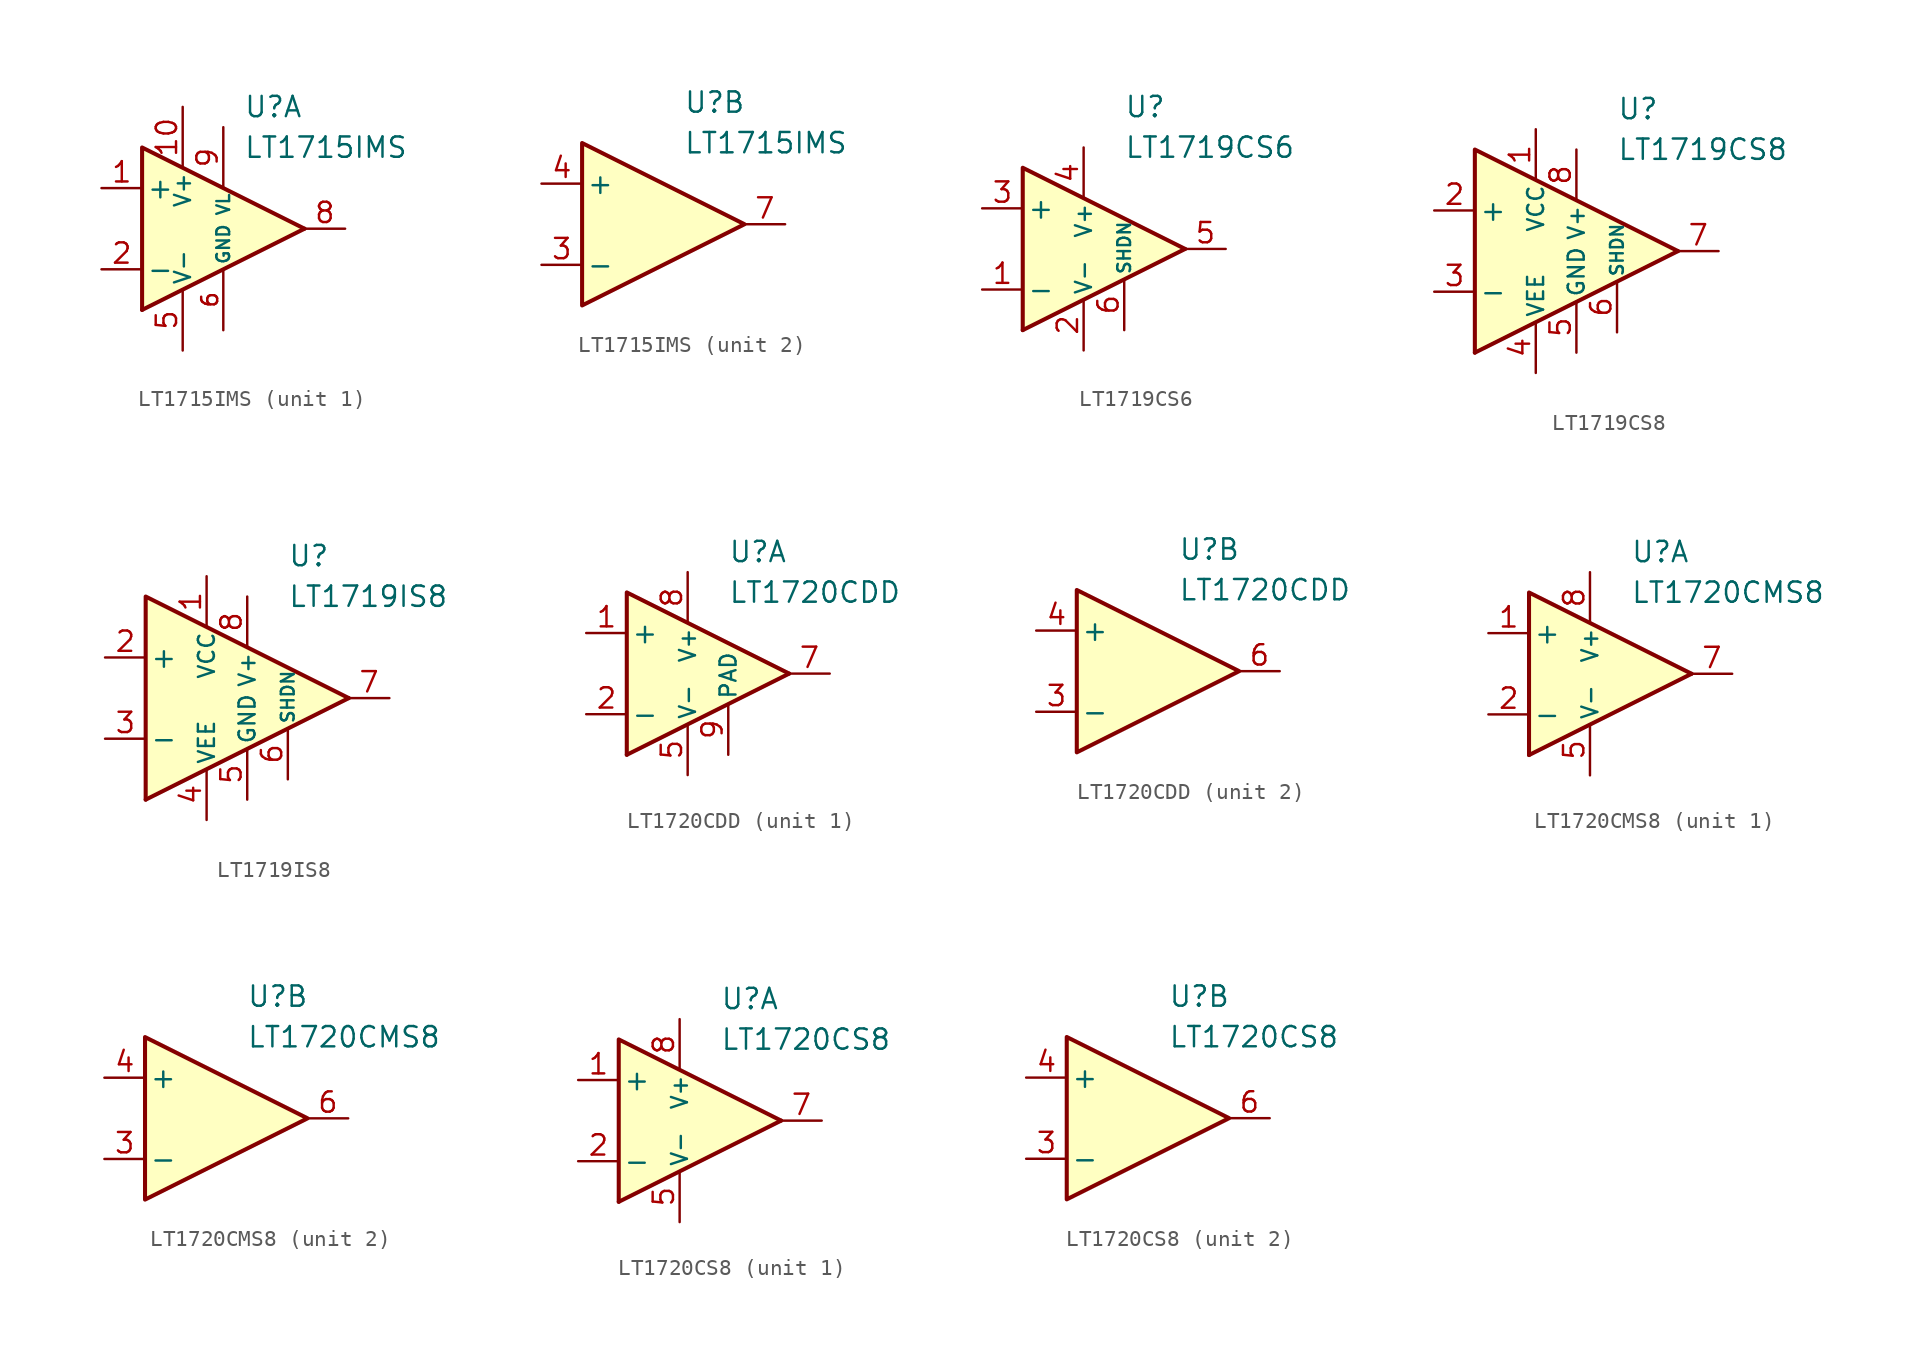
<source format=kicad_sym>
(kicad_symbol_lib
  (version 20231120)
  (generator "kicad_symbol_editor")
  (generator_version "8.0")
  (symbol "LT1715IMS"
    (pin_names
      (offset 0.254))
    (property "Reference" "U"
      (at 2.54 7.62 0)
      (effects (font (size 1.27 1.27)) (justify left)))
    (property "Value" "LT1715IMS"
      (at 2.54 5.08 0)
      (effects (font (size 1.27 1.27)) (justify left)))
    (property "ki_locked" ""
      (at 0 0 0)
      (effects (font (size 1.27 1.27))))
    (symbol "LT1715IMS_1_0"
      (polyline (pts (xy 6.35 0) (xy -3.81 -5.08)) (stroke (width 0.254) (type default)) (fill (type none)))
      (polyline (pts (xy 6.35 0) (xy -3.81 5.08) (xy -3.81 -5.08)) (stroke (width 0.254) (type default)) (fill (type background))))
    (symbol "LT1715IMS_1_1"
      (pin input line (at -6.35 2.54 0) (length 2.54) (name "+" (effects (font (size 1.27 1.27)))) (number "1" (effects (font (size 1.27 1.27)))))
      (pin power_in line (at -1.27 7.62 270) (length 3.81) (name "V+" (effects (font (size 1 1)))) (number "10" (effects (font (size 1.27 1.27)))))
      (pin input line (at -6.35 -2.54 0) (length 2.54) (name "-" (effects (font (size 1.27 1.27)))) (number "2" (effects (font (size 1.27 1.27)))))
      (pin power_in line (at -1.27 -7.62 90) (length 3.81) (name "V-" (effects (font (size 1 1)))) (number "5" (effects (font (size 1.27 1.27)))))
      (pin power_in line (at 1.27 -6.35 90) (length 3.81) (name "GND" (effects (font (size 0.8 0.8)))) (number "6" (effects (font (size 1 1)))))
      (pin output line (at 8.89 0 180) (length 2.54) (name "~" (effects (font (size 1.27 1.27)))) (number "8" (effects (font (size 1.27 1.27)))))
      (pin power_in line (at 1.27 6.35 270) (length 3.81) (name "VL" (effects (font (size 0.8 0.8)))) (number "9" (effects (font (size 1.27 1.27))))))
    (symbol "LT1715IMS_2_0"
      (polyline (pts (xy 6.35 0) (xy -3.81 5.08) (xy -3.81 -5.08) (xy 6.35 0)) (stroke (width 0.254) (type default)) (fill (type background))))
    (symbol "LT1715IMS_2_1"
      (pin input line (at -6.35 -2.54 0) (length 2.54) (name "-" (effects (font (size 1.27 1.27)))) (number "3" (effects (font (size 1.27 1.27)))))
      (pin input line (at -6.35 2.54 0) (length 2.54) (name "+" (effects (font (size 1.27 1.27)))) (number "4" (effects (font (size 1.27 1.27)))))
      (pin output line (at 8.89 0 180) (length 2.54) (name "~" (effects (font (size 1.27 1.27)))) (number "7" (effects (font (size 1.27 1.27)))))))
  (symbol "LT1719CS6"
    (pin_names
      (offset 0.254))
    (property "Reference" "U"
      (at 2.54 8.89 0)
      (effects (font (size 1.27 1.27)) (justify left)))
    (property "Value" "LT1719CS6"
      (at 2.54 6.35 0)
      (effects (font (size 1.27 1.27)) (justify left)))
    (symbol "LT1719CS6_0_0"
      (polyline (pts (xy 6.35 0) (xy -3.81 -5.08)) (stroke (width 0.254) (type default)) (fill (type none)))
      (polyline (pts (xy 6.35 0) (xy -3.81 5.08) (xy -3.81 -5.08)) (stroke (width 0.254) (type default)) (fill (type background))))
    (symbol "LT1719CS6_1_1"
      (pin input line (at -6.35 -2.54 0) (length 2.54) (name "-" (effects (font (size 1.27 1.27)))) (number "1" (effects (font (size 1.27 1.27)))))
      (pin power_in line (at 0 -6.35 90) (length 3.18) (name "V-" (effects (font (size 1 1)))) (number "2" (effects (font (size 1.27 1.27)))))
      (pin input line (at -6.35 2.54 0) (length 2.54) (name "+" (effects (font (size 1.27 1.27)))) (number "3" (effects (font (size 1.27 1.27)))))
      (pin power_in line (at 0 6.35 270) (length 3.18) (name "V+" (effects (font (size 1 1)))) (number "4" (effects (font (size 1.27 1.27)))))
      (pin output line (at 8.89 0 180) (length 2.54) (name "~" (effects (font (size 1.27 1.27)))) (number "5" (effects (font (size 1.27 1.27)))))
      (pin input line (at 2.54 -5.08 90) (length 3.18) (name "SHDN" (effects (font (size 0.8 0.8)))) (number "6" (effects (font (size 1.27 1.27)))))))
  (symbol "LT1719CS8"
    (pin_names
      (offset 0.254))
    (property "Reference" "U"
      (at 2.54 8.89 0)
      (effects (font (size 1.27 1.27)) (justify left)))
    (property "Value" "LT1719CS8"
      (at 2.54 6.35 0)
      (effects (font (size 1.27 1.27)) (justify left)))
    (symbol "LT1719CS8_0_0"
      (polyline (pts (xy 6.35 0) (xy -6.35 -6.35)) (stroke (width 0.254) (type default)) (fill (type none)))
      (polyline (pts (xy 6.35 0) (xy -6.35 6.35) (xy -6.35 -6.35)) (stroke (width 0.254) (type default)) (fill (type background))))
    (symbol "LT1719CS8_1_1"
      (pin power_in line (at -2.54 7.62 270) (length 3.18) (name "VCC" (effects (font (size 1 1)))) (number "1" (effects (font (size 1.27 1.27)))))
      (pin input line (at -8.89 2.54 0) (length 2.54) (name "+" (effects (font (size 1.27 1.27)))) (number "2" (effects (font (size 1.27 1.27)))))
      (pin input line (at -8.89 -2.54 0) (length 2.54) (name "-" (effects (font (size 1.27 1.27)))) (number "3" (effects (font (size 1.27 1.27)))))
      (pin power_in line (at -2.54 -7.62 90) (length 3.18) (name "VEE" (effects (font (size 1 1)))) (number "4" (effects (font (size 1.27 1.27)))))
      (pin power_in line (at 0 -6.35 90) (length 3.18) (name "GND" (effects (font (size 1 1)))) (number "5" (effects (font (size 1.27 1.27)))))
      (pin input line (at 2.54 -5.08 90) (length 3.18) (name "SHDN" (effects (font (size 0.8 0.8)))) (number "6" (effects (font (size 1.27 1.27)))))
      (pin output line (at 8.89 0 180) (length 2.54) (name "~" (effects (font (size 1.27 1.27)))) (number "7" (effects (font (size 1.27 1.27)))))
      (pin power_in line (at 0 6.35 270) (length 3.18) (name "V+" (effects (font (size 1 1)))) (number "8" (effects (font (size 1.27 1.27)))))))
  (symbol "LT1719IS8"
    (pin_names
      (offset 0.254))
    (property "Reference" "U"
      (at 2.54 8.89 0)
      (effects (font (size 1.27 1.27)) (justify left)))
    (property "Value" "LT1719IS8"
      (at 2.54 6.35 0)
      (effects (font (size 1.27 1.27)) (justify left)))
    (symbol "LT1719IS8_0_0"
      (polyline (pts (xy 6.35 0) (xy -6.35 -6.35)) (stroke (width 0.254) (type default)) (fill (type none)))
      (polyline (pts (xy 6.35 0) (xy -6.35 6.35) (xy -6.35 -6.35)) (stroke (width 0.254) (type default)) (fill (type background))))
    (symbol "LT1719IS8_1_1"
      (pin power_in line (at -2.54 7.62 270) (length 3.18) (name "VCC" (effects (font (size 1 1)))) (number "1" (effects (font (size 1.27 1.27)))))
      (pin input line (at -8.89 2.54 0) (length 2.54) (name "+" (effects (font (size 1.27 1.27)))) (number "2" (effects (font (size 1.27 1.27)))))
      (pin input line (at -8.89 -2.54 0) (length 2.54) (name "-" (effects (font (size 1.27 1.27)))) (number "3" (effects (font (size 1.27 1.27)))))
      (pin power_in line (at -2.54 -7.62 90) (length 3.18) (name "VEE" (effects (font (size 1 1)))) (number "4" (effects (font (size 1.27 1.27)))))
      (pin power_in line (at 0 -6.35 90) (length 3.18) (name "GND" (effects (font (size 1 1)))) (number "5" (effects (font (size 1.27 1.27)))))
      (pin input line (at 2.54 -5.08 90) (length 3.18) (name "SHDN" (effects (font (size 0.8 0.8)))) (number "6" (effects (font (size 1.27 1.27)))))
      (pin output line (at 8.89 0 180) (length 2.54) (name "~" (effects (font (size 1.27 1.27)))) (number "7" (effects (font (size 1.27 1.27)))))
      (pin power_in line (at 0 6.35 270) (length 3.18) (name "V+" (effects (font (size 1 1)))) (number "8" (effects (font (size 1.27 1.27)))))))
  (symbol "LT1720CDD"
    (pin_names
      (offset 0.254))
    (property "Reference" "U"
      (at 2.54 7.62 0)
      (effects (font (size 1.27 1.27)) (justify left)))
    (property "Value" "LT1720CDD"
      (at 2.54 5.08 0)
      (effects (font (size 1.27 1.27)) (justify left)))
    (property "ki_locked" ""
      (at 0 0 0)
      (effects (font (size 1.27 1.27))))
    (symbol "LT1720CDD_1_0"
      (polyline (pts (xy 6.35 0) (xy -3.81 -5.08)) (stroke (width 0.254) (type default)) (fill (type none)))
      (polyline (pts (xy 6.35 0) (xy -3.81 5.08) (xy -3.81 -5.08)) (stroke (width 0.254) (type default)) (fill (type background))))
    (symbol "LT1720CDD_1_1"
      (pin input line (at -6.35 2.54 0) (length 2.54) (name "+" (effects (font (size 1.27 1.27)))) (number "1" (effects (font (size 1.27 1.27)))))
      (pin input line (at -6.35 -2.54 0) (length 2.54) (name "-" (effects (font (size 1.27 1.27)))) (number "2" (effects (font (size 1.27 1.27)))))
      (pin power_in line (at 0 -6.35 90) (length 3.18) (name "V-" (effects (font (size 1 1)))) (number "5" (effects (font (size 1.27 1.27)))))
      (pin output line (at 8.89 0 180) (length 2.54) (name "~" (effects (font (size 1.27 1.27)))) (number "7" (effects (font (size 1.27 1.27)))))
      (pin power_in line (at 0 6.35 270) (length 3.18) (name "V+" (effects (font (size 1 1)))) (number "8" (effects (font (size 1.27 1.27)))))
      (pin power_in line (at 2.54 -5.08 90) (length 3.18) (name "PAD" (effects (font (size 1 1)))) (number "9" (effects (font (size 1.27 1.27))))))
    (symbol "LT1720CDD_2_0"
      (polyline (pts (xy 6.35 0) (xy -3.81 5.08) (xy -3.81 -5.08) (xy 6.35 0)) (stroke (width 0.254) (type default)) (fill (type background))))
    (symbol "LT1720CDD_2_1"
      (pin input line (at -6.35 -2.54 0) (length 2.54) (name "-" (effects (font (size 1.27 1.27)))) (number "3" (effects (font (size 1.27 1.27)))))
      (pin input line (at -6.35 2.54 0) (length 2.54) (name "+" (effects (font (size 1.27 1.27)))) (number "4" (effects (font (size 1.27 1.27)))))
      (pin output line (at 8.89 0 180) (length 2.54) (name "~" (effects (font (size 1.27 1.27)))) (number "6" (effects (font (size 1.27 1.27)))))))
  (symbol "LT1720CMS8"
    (pin_names
      (offset 0.254))
    (property "Reference" "U"
      (at 2.54 7.62 0)
      (effects (font (size 1.27 1.27)) (justify left)))
    (property "Value" "LT1720CMS8"
      (at 2.54 5.08 0)
      (effects (font (size 1.27 1.27)) (justify left)))
    (property "ki_locked" ""
      (at 0 0 0)
      (effects (font (size 1.27 1.27))))
    (symbol "LT1720CMS8_1_0"
      (polyline (pts (xy 6.35 0) (xy -3.81 -5.08)) (stroke (width 0.254) (type default)) (fill (type none)))
      (polyline (pts (xy 6.35 0) (xy -3.81 5.08) (xy -3.81 -5.08)) (stroke (width 0.254) (type default)) (fill (type background))))
    (symbol "LT1720CMS8_1_1"
      (pin input line (at -6.35 2.54 0) (length 2.54) (name "+" (effects (font (size 1.27 1.27)))) (number "1" (effects (font (size 1.27 1.27)))))
      (pin input line (at -6.35 -2.54 0) (length 2.54) (name "-" (effects (font (size 1.27 1.27)))) (number "2" (effects (font (size 1.27 1.27)))))
      (pin power_in line (at 0 -6.35 90) (length 3.18) (name "V-" (effects (font (size 1 1)))) (number "5" (effects (font (size 1.27 1.27)))))
      (pin output line (at 8.89 0 180) (length 2.54) (name "~" (effects (font (size 1.27 1.27)))) (number "7" (effects (font (size 1.27 1.27)))))
      (pin power_in line (at 0 6.35 270) (length 3.18) (name "V+" (effects (font (size 1 1)))) (number "8" (effects (font (size 1.27 1.27))))))
    (symbol "LT1720CMS8_2_0"
      (polyline (pts (xy 6.35 0) (xy -3.81 5.08) (xy -3.81 -5.08) (xy 6.35 0)) (stroke (width 0.254) (type default)) (fill (type background))))
    (symbol "LT1720CMS8_2_1"
      (pin input line (at -6.35 -2.54 0) (length 2.54) (name "-" (effects (font (size 1.27 1.27)))) (number "3" (effects (font (size 1.27 1.27)))))
      (pin input line (at -6.35 2.54 0) (length 2.54) (name "+" (effects (font (size 1.27 1.27)))) (number "4" (effects (font (size 1.27 1.27)))))
      (pin output line (at 8.89 0 180) (length 2.54) (name "~" (effects (font (size 1.27 1.27)))) (number "6" (effects (font (size 1.27 1.27)))))))
  (symbol "LT1720CS8"
    (pin_names
      (offset 0.254))
    (property "Reference" "U"
      (at 2.54 7.62 0)
      (effects (font (size 1.27 1.27)) (justify left)))
    (property "Value" "LT1720CS8"
      (at 2.54 5.08 0)
      (effects (font (size 1.27 1.27)) (justify left)))
    (property "ki_locked" ""
      (at 0 0 0)
      (effects (font (size 1.27 1.27))))
    (symbol "LT1720CS8_1_0"
      (polyline (pts (xy 6.35 0) (xy -3.81 -5.08)) (stroke (width 0.254) (type default)) (fill (type none)))
      (polyline (pts (xy 6.35 0) (xy -3.81 5.08) (xy -3.81 -5.08)) (stroke (width 0.254) (type default)) (fill (type background))))
    (symbol "LT1720CS8_1_1"
      (pin input line (at -6.35 2.54 0) (length 2.54) (name "+" (effects (font (size 1.27 1.27)))) (number "1" (effects (font (size 1.27 1.27)))))
      (pin input line (at -6.35 -2.54 0) (length 2.54) (name "-" (effects (font (size 1.27 1.27)))) (number "2" (effects (font (size 1.27 1.27)))))
      (pin power_in line (at 0 -6.35 90) (length 3.18) (name "V-" (effects (font (size 1 1)))) (number "5" (effects (font (size 1.27 1.27)))))
      (pin output line (at 8.89 0 180) (length 2.54) (name "~" (effects (font (size 1.27 1.27)))) (number "7" (effects (font (size 1.27 1.27)))))
      (pin power_in line (at 0 6.35 270) (length 3.18) (name "V+" (effects (font (size 1 1)))) (number "8" (effects (font (size 1.27 1.27))))))
    (symbol "LT1720CS8_2_0"
      (polyline (pts (xy 6.35 0) (xy -3.81 5.08) (xy -3.81 -5.08) (xy 6.35 0)) (stroke (width 0.254) (type default)) (fill (type background))))
    (symbol "LT1720CS8_2_1"
      (pin input line (at -6.35 -2.54 0) (length 2.54) (name "-" (effects (font (size 1.27 1.27)))) (number "3" (effects (font (size 1.27 1.27)))))
      (pin input line (at -6.35 2.54 0) (length 2.54) (name "+" (effects (font (size 1.27 1.27)))) (number "4" (effects (font (size 1.27 1.27)))))
      (pin output line (at 8.89 0 180) (length 2.54) (name "~" (effects (font (size 1.27 1.27)))) (number "6" (effects (font (size 1.27 1.27))))))))
</source>
